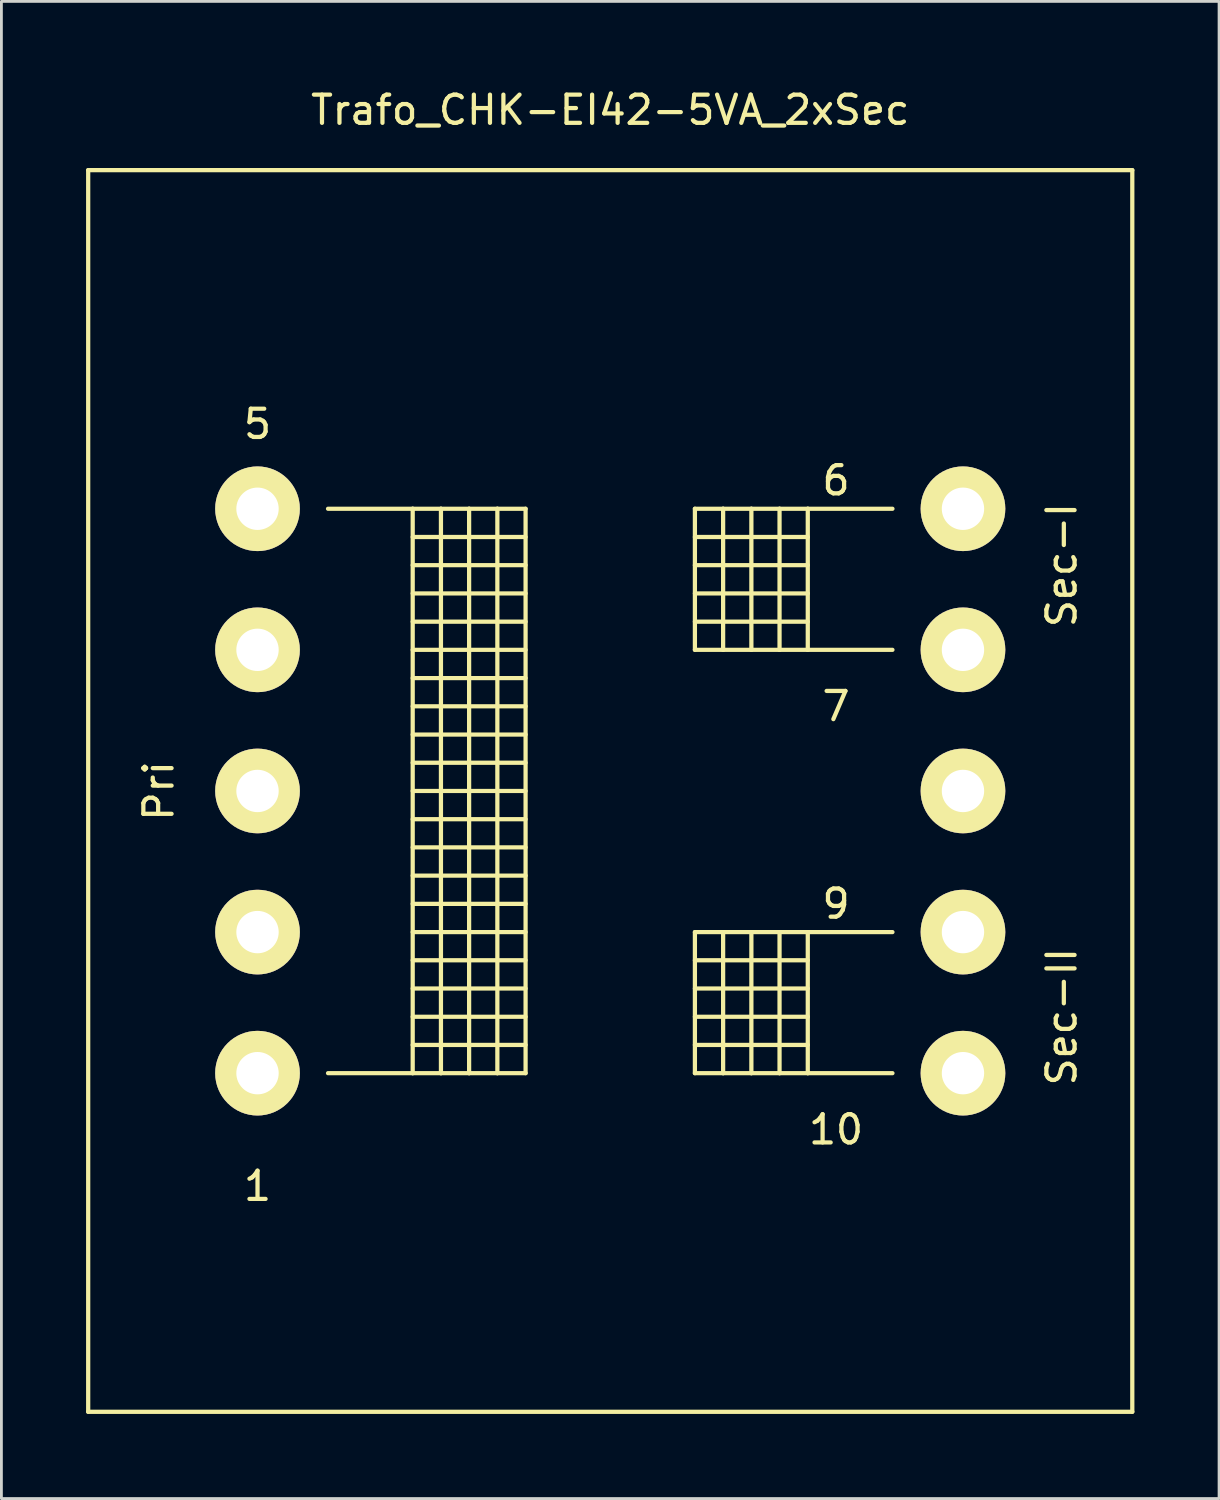
<source format=kicad_pcb>
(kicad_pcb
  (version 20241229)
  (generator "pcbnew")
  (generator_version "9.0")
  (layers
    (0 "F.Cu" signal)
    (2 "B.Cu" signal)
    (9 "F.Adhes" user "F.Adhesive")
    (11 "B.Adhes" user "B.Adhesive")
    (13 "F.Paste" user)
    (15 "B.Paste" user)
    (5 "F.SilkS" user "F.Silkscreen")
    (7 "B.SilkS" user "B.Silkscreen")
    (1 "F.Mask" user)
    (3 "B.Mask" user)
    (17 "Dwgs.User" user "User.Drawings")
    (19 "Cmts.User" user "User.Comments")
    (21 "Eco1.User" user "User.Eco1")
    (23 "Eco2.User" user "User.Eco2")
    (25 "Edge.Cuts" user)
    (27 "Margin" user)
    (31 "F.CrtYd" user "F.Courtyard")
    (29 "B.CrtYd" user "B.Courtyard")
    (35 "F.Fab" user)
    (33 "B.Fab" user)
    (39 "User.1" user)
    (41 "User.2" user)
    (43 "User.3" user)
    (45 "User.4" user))
  (footprint "Trafo_CHK-EI42-5VA_2xSec"
    (layer "F.Cu")
    (at 18.574 24.978)
    (property "Reference" "Trafo_CHK-EI42-5VA_2xSec" (at 0 -24.13 0) (layer "F.SilkS") (effects (font (size 1 1) (thickness 0.15))))
    (attr through_hole)
    (fp_line (start -18.499 -21.999) (end -18.499 21.999) (stroke (width 0.15) (type solid)) (layer "F.SilkS"))
    (fp_line (start -18.499 21.999) (end 18.499 21.999) (stroke (width 0.15) (type solid)) (layer "F.SilkS"))
    (fp_line (start -10 -10) (end -7 -10) (stroke (width 0.15) (type solid)) (layer "F.SilkS"))
    (fp_line (start -7 -10) (end -7 10) (stroke (width 0.15) (type solid)) (layer "F.SilkS"))
    (fp_line (start -7 -10) (end -5.999 -10) (stroke (width 0.15) (type solid)) (layer "F.SilkS"))
    (fp_line (start -7 -8.999) (end -3 -8.999) (stroke (width 0.15) (type solid)) (layer "F.SilkS"))
    (fp_line (start -7 -8.001) (end -3 -8.001) (stroke (width 0.15) (type solid)) (layer "F.SilkS"))
    (fp_line (start -7 -7) (end -3 -7) (stroke (width 0.15) (type solid)) (layer "F.SilkS"))
    (fp_line (start -7 -5.999) (end -3 -5.999) (stroke (width 0.15) (type solid)) (layer "F.SilkS"))
    (fp_line (start -7 -5.001) (end -3 -5.001) (stroke (width 0.15) (type solid)) (layer "F.SilkS"))
    (fp_line (start -7 -4) (end -3 -4) (stroke (width 0.15) (type solid)) (layer "F.SilkS"))
    (fp_line (start -7 -3) (end -3 -3) (stroke (width 0.15) (type solid)) (layer "F.SilkS"))
    (fp_line (start -7 -1.999) (end -3 -1.999) (stroke (width 0.15) (type solid)) (layer "F.SilkS"))
    (fp_line (start -7 -1.001) (end -3 -1.001) (stroke (width 0.15) (type solid)) (layer "F.SilkS"))
    (fp_line (start -7 0) (end -3 0) (stroke (width 0.15) (type solid)) (layer "F.SilkS"))
    (fp_line (start -7 1.001) (end -3 1.001) (stroke (width 0.15) (type solid)) (layer "F.SilkS"))
    (fp_line (start -7 1.999) (end -3 1.999) (stroke (width 0.15) (type solid)) (layer "F.SilkS"))
    (fp_line (start -7 3) (end -3 3) (stroke (width 0.15) (type solid)) (layer "F.SilkS"))
    (fp_line (start -7 4) (end -3 4) (stroke (width 0.15) (type solid)) (layer "F.SilkS"))
    (fp_line (start -7 5.001) (end -3 5.001) (stroke (width 0.15) (type solid)) (layer "F.SilkS"))
    (fp_line (start -7 5.999) (end -3 5.999) (stroke (width 0.15) (type solid)) (layer "F.SilkS"))
    (fp_line (start -7 7) (end -3 7) (stroke (width 0.15) (type solid)) (layer "F.SilkS"))
    (fp_line (start -7 8.001) (end -3 8.001) (stroke (width 0.15) (type solid)) (layer "F.SilkS"))
    (fp_line (start -7 8.999) (end -3 8.999) (stroke (width 0.15) (type solid)) (layer "F.SilkS"))
    (fp_line (start -7 10) (end -10 10) (stroke (width 0.15) (type solid)) (layer "F.SilkS"))
    (fp_line (start -5.999 -10) (end -5.999 10) (stroke (width 0.15) (type solid)) (layer "F.SilkS"))
    (fp_line (start -5.999 -10) (end -5.001 -10) (stroke (width 0.15) (type solid)) (layer "F.SilkS"))
    (fp_line (start -5.999 10) (end -7 10) (stroke (width 0.15) (type solid)) (layer "F.SilkS"))
    (fp_line (start -5.001 -10) (end -5.001 10) (stroke (width 0.15) (type solid)) (layer "F.SilkS"))
    (fp_line (start -5.001 -10) (end -4 -10) (stroke (width 0.15) (type solid)) (layer "F.SilkS"))
    (fp_line (start -5.001 10) (end -5.999 10) (stroke (width 0.15) (type solid)) (layer "F.SilkS"))
    (fp_line (start -4 -10) (end -4 10) (stroke (width 0.15) (type solid)) (layer "F.SilkS"))
    (fp_line (start -4 -10) (end -3 -10) (stroke (width 0.15) (type solid)) (layer "F.SilkS"))
    (fp_line (start -4 10) (end -5.001 10) (stroke (width 0.15) (type solid)) (layer "F.SilkS"))
    (fp_line (start -3 -10) (end -3 10) (stroke (width 0.15) (type solid)) (layer "F.SilkS"))
    (fp_line (start -3 10) (end -4 10) (stroke (width 0.15) (type solid)) (layer "F.SilkS"))
    (fp_line (start 3 -10) (end 3 -5.001) (stroke (width 0.15) (type solid)) (layer "F.SilkS"))
    (fp_line (start 3 -8.999) (end 7 -8.999) (stroke (width 0.15) (type solid)) (layer "F.SilkS"))
    (fp_line (start 3 -7) (end 7 -7) (stroke (width 0.15) (type solid)) (layer "F.SilkS"))
    (fp_line (start 3 -5.001) (end 4 -5.001) (stroke (width 0.15) (type solid)) (layer "F.SilkS"))
    (fp_line (start 3 5.001) (end 3 10) (stroke (width 0.15) (type solid)) (layer "F.SilkS"))
    (fp_line (start 3 5.999) (end 7 5.999) (stroke (width 0.15) (type solid)) (layer "F.SilkS"))
    (fp_line (start 3 7) (end 7 7) (stroke (width 0.15) (type solid)) (layer "F.SilkS"))
    (fp_line (start 3 8.001) (end 7 8.001) (stroke (width 0.15) (type solid)) (layer "F.SilkS"))
    (fp_line (start 3 8.999) (end 7 8.999) (stroke (width 0.15) (type solid)) (layer "F.SilkS"))
    (fp_line (start 3 10) (end 4 10) (stroke (width 0.15) (type solid)) (layer "F.SilkS"))
    (fp_line (start 4 -10) (end 3 -10) (stroke (width 0.15) (type solid)) (layer "F.SilkS"))
    (fp_line (start 4 -10) (end 4 -5.001) (stroke (width 0.15) (type solid)) (layer "F.SilkS"))
    (fp_line (start 4 -5.001) (end 5.001 -5.001) (stroke (width 0.15) (type solid)) (layer "F.SilkS"))
    (fp_line (start 4 5.001) (end 3 5.001) (stroke (width 0.15) (type solid)) (layer "F.SilkS"))
    (fp_line (start 4 5.001) (end 4 10) (stroke (width 0.15) (type solid)) (layer "F.SilkS"))
    (fp_line (start 4 10) (end 5.001 10) (stroke (width 0.15) (type solid)) (layer "F.SilkS"))
    (fp_line (start 5.001 -10) (end 4 -10) (stroke (width 0.15) (type solid)) (layer "F.SilkS"))
    (fp_line (start 5.001 -10) (end 5.001 -5.001) (stroke (width 0.15) (type solid)) (layer "F.SilkS"))
    (fp_line (start 5.001 -5.001) (end 5.999 -5.001) (stroke (width 0.15) (type solid)) (layer "F.SilkS"))
    (fp_line (start 5.001 5.001) (end 4 5.001) (stroke (width 0.15) (type solid)) (layer "F.SilkS"))
    (fp_line (start 5.001 5.001) (end 5.001 10) (stroke (width 0.15) (type solid)) (layer "F.SilkS"))
    (fp_line (start 5.001 10) (end 5.999 10) (stroke (width 0.15) (type solid)) (layer "F.SilkS"))
    (fp_line (start 5.999 -10) (end 5.001 -10) (stroke (width 0.15) (type solid)) (layer "F.SilkS"))
    (fp_line (start 5.999 -10) (end 5.999 -5.001) (stroke (width 0.15) (type solid)) (layer "F.SilkS"))
    (fp_line (start 5.999 -5.001) (end 7 -5.001) (stroke (width 0.15) (type solid)) (layer "F.SilkS"))
    (fp_line (start 5.999 5.001) (end 5.001 5.001) (stroke (width 0.15) (type solid)) (layer "F.SilkS"))
    (fp_line (start 5.999 5.001) (end 5.999 10) (stroke (width 0.15) (type solid)) (layer "F.SilkS"))
    (fp_line (start 5.999 10) (end 7 10) (stroke (width 0.15) (type solid)) (layer "F.SilkS"))
    (fp_line (start 7 -10) (end 5.999 -10) (stroke (width 0.15) (type solid)) (layer "F.SilkS"))
    (fp_line (start 7 -10) (end 7 -5.001) (stroke (width 0.15) (type solid)) (layer "F.SilkS"))
    (fp_line (start 7 -8.001) (end 3 -8.001) (stroke (width 0.15) (type solid)) (layer "F.SilkS"))
    (fp_line (start 7 -5.999) (end 3 -5.999) (stroke (width 0.15) (type solid)) (layer "F.SilkS"))
    (fp_line (start 7 -5.001) (end 10 -5.001) (stroke (width 0.15) (type solid)) (layer "F.SilkS"))
    (fp_line (start 7 5.001) (end 5.999 5.001) (stroke (width 0.15) (type solid)) (layer "F.SilkS"))
    (fp_line (start 7 5.001) (end 7 10) (stroke (width 0.15) (type solid)) (layer "F.SilkS"))
    (fp_line (start 7 10) (end 10 10) (stroke (width 0.15) (type solid)) (layer "F.SilkS"))
    (fp_line (start 10 -10) (end 7 -10) (stroke (width 0.15) (type solid)) (layer "F.SilkS"))
    (fp_line (start 10 5.001) (end 7 5.001) (stroke (width 0.15) (type solid)) (layer "F.SilkS"))
    (fp_line (start 18.499 -21.999) (end -18.499 -21.999) (stroke (width 0.15) (type solid)) (layer "F.SilkS"))
    (fp_line (start 18.499 21.999) (end 18.499 -21.999) (stroke (width 0.15) (type solid)) (layer "F.SilkS"))
    (fp_text user "5" (at -12.499 -13 0) (layer "F.SilkS") (effects (font (size 1 1) (thickness 0.15))))
    (fp_text user "Pri" (at -15.999 0 90) (layer "F.SilkS") (effects (font (size 1 1) (thickness 0.15))))
    (fp_text user "9" (at 8.001 4 0) (layer "F.SilkS") (effects (font (size 1 1) (thickness 0.15))))
    (fp_text user "6" (at 8.001 -11.001 0) (layer "F.SilkS") (effects (font (size 1 1) (thickness 0.15))))
    (fp_text user "Sec-II" (at 15.999 8.001 90) (layer "F.SilkS") (effects (font (size 1 1) (thickness 0.15))))
    (fp_text user "Sec-I" (at 15.999 -8.001 90) (layer "F.SilkS") (effects (font (size 1 1) (thickness 0.15))))
    (fp_text user "1" (at -12.499 14 0) (layer "F.SilkS") (effects (font (size 1 1) (thickness 0.15))))
    (fp_text user "7" (at 8.001 -3 0) (layer "F.SilkS") (effects (font (size 1 1) (thickness 0.15))))
    (fp_text user "10" (at 8.001 11.999 0) (layer "F.SilkS") (effects (font (size 1 1) (thickness 0.15))))
    (pad "1" thru_hole circle (at -12.499 10) (size 3 3) (drill 1.501) (layers "*.Cu" "*.Mask" "F.SilkS"))
    (pad "2" thru_hole circle (at -12.499 5.001) (size 3 3) (drill 1.501) (layers "*.Cu" "*.Mask" "F.SilkS"))
    (pad "3" thru_hole circle (at -12.499 0) (size 3 3) (drill 1.501) (layers "*.Cu" "*.Mask" "F.SilkS"))
    (pad "4" thru_hole circle (at -12.499 -5.001) (size 3 3) (drill 1.501) (layers "*.Cu" "*.Mask" "F.SilkS"))
    (pad "5" thru_hole circle (at -12.499 -10) (size 3 3) (drill 1.501) (layers "*.Cu" "*.Mask" "F.SilkS"))
    (pad "6" thru_hole circle (at 12.499 -10) (size 3 3) (drill 1.501) (layers "*.Cu" "*.Mask" "F.SilkS"))
    (pad "7" thru_hole circle (at 12.499 -5.001) (size 3 3) (drill 1.501) (layers "*.Cu" "*.Mask" "F.SilkS"))
    (pad "8" thru_hole circle (at 12.499 0) (size 3 3) (drill 1.501) (layers "*.Cu" "*.Mask" "F.SilkS"))
    (pad "9" thru_hole circle (at 12.499 5.001) (size 3 3) (drill 1.501) (layers "*.Cu" "*.Mask" "F.SilkS"))
    (pad "10" thru_hole circle (at 12.499 10) (size 3 3) (drill 1.501) (layers "*.Cu" "*.Mask" "F.SilkS")))
  (gr_rect
    (start -3 -3)
    (end 40.148 50.052)
    (stroke (width 0.1) (type default))
    (fill no)
    (layer "Edge.Cuts")))
</source>
